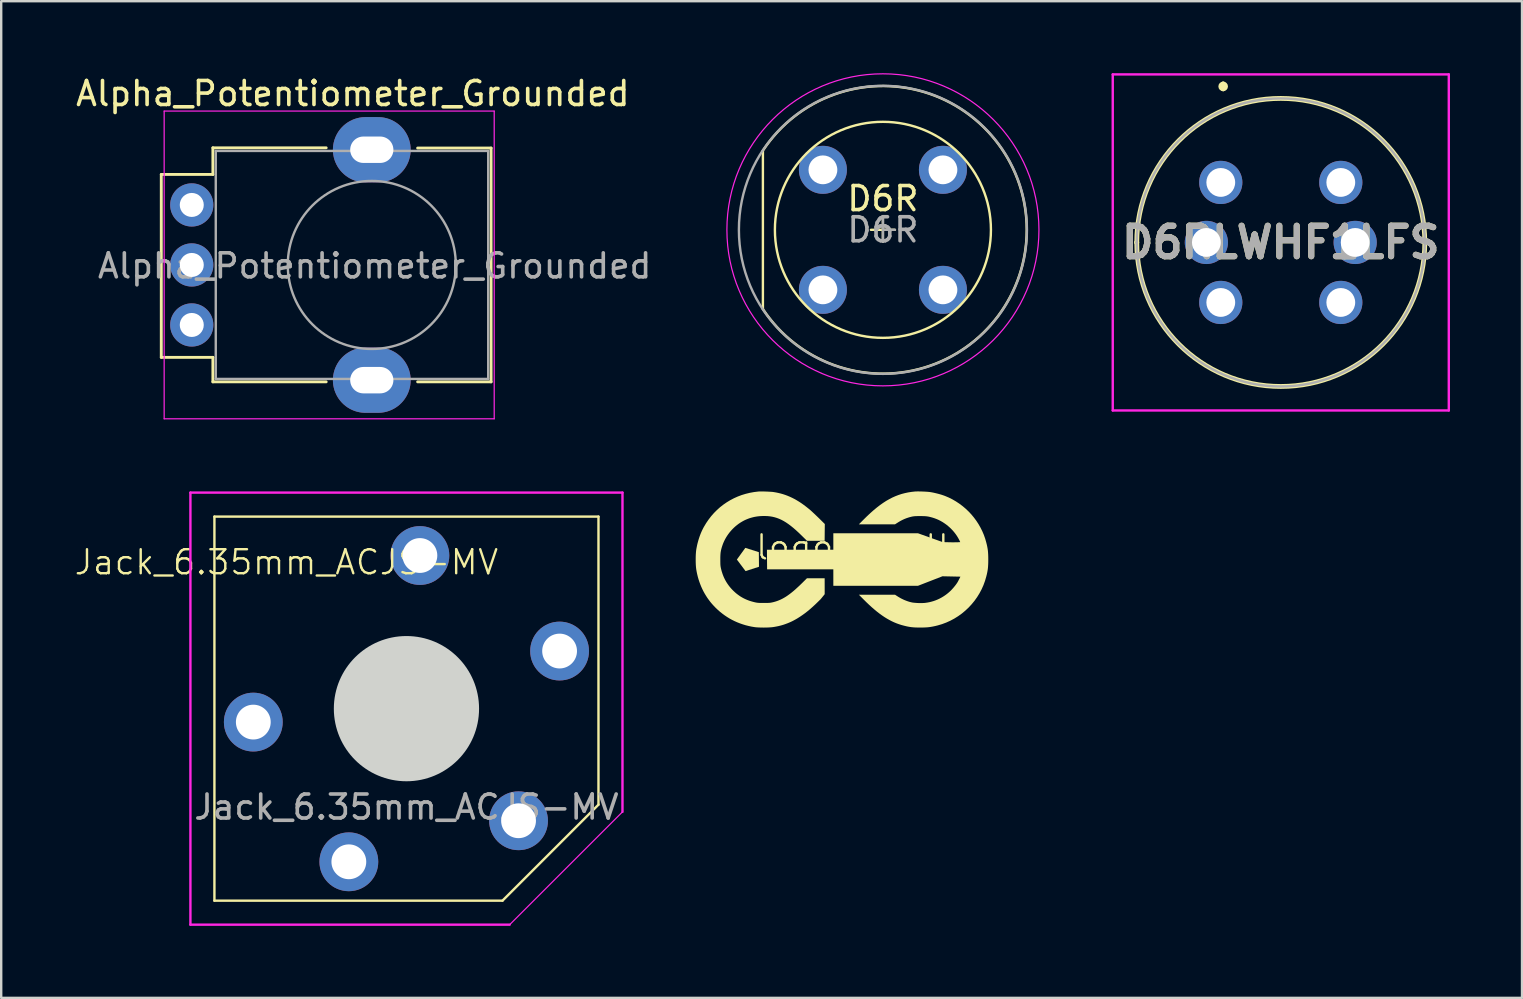
<source format=kicad_pcb>
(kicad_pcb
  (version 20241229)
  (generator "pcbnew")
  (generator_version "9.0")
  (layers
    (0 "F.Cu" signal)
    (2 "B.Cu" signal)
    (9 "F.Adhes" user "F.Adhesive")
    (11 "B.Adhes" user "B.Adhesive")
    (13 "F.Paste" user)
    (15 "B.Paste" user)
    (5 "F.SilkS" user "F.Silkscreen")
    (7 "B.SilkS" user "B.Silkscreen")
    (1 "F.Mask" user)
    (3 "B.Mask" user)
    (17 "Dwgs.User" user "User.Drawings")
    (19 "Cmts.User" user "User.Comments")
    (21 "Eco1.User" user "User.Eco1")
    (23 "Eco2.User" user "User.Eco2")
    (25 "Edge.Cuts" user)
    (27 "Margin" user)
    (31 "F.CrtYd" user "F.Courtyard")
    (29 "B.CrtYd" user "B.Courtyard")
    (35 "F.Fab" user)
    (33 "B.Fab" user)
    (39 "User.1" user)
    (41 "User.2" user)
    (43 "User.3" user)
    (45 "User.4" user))
  (footprint "D6R"
    (layer "F.Cu")
    (at 31.233 4.025)
    (property "Reference" "D6R" (at 2.5 1.2 0) (layer "F.SilkS") (effects (font (size 1 1) (thickness 0.15))))
    (attr through_hole)
    (fp_line (start -2.5 -0.8) (end -2.5 5.8) (stroke (width 0.1) (type default)) (layer "F.SilkS"))
    (fp_line (start 2.5 2) (end 2.5 2.5) (stroke (width 0.1) (type default)) (layer "F.SilkS"))
    (fp_line (start 2.5 2.5) (end 2 2.5) (stroke (width 0.1) (type default)) (layer "F.SilkS"))
    (fp_line (start 2.5 2.5) (end 2.5 3) (stroke (width 0.1) (type default)) (layer "F.SilkS"))
    (fp_line (start 2.5 2.5) (end 3 2.5) (stroke (width 0.1) (type default)) (layer "F.SilkS"))
    (fp_arc (start -2.5 -0.799999) (mid 8.490826 2.5) (end -2.5 5.8) (stroke (width 0.1) (type default)) (layer "F.SilkS"))
    (fp_circle (center 2.5 2.5) (end 7 2.5) (stroke (width 0.1) (type solid)) (fill no) (layer "F.SilkS"))
    (fp_circle (center 2.5 2.5) (end 9 2.5) (stroke (width 0.05) (type default)) (fill no) (layer "F.CrtYd"))
    (fp_line (start 2.5 2.5) (end 2.5 2) (stroke (width 0.1) (type default)) (layer "F.Fab"))
    (fp_line (start 2.5 3) (end 2.5 2.5) (stroke (width 0.1) (type default)) (layer "F.Fab"))
    (fp_line (start 3 2.5) (end 2.5 2.5) (stroke (width 0.1) (type default)) (layer "F.Fab"))
    (fp_circle (center 2.5 2.5) (end 8.5 2.5) (stroke (width 0.1) (type default)) (fill no) (layer "F.Fab"))
    (fp_text user "${REFERENCE}" (at 2.5 2.5 0) (layer "F.Fab") (effects (font (size 1 1) (thickness 0.15))))
    (pad "1" thru_hole circle (at 0 0 90) (size 2 2) (drill 1.2) (layers "*.Cu" "*.Mask"))
    (pad "1" thru_hole circle (at 5 0 90) (size 2 2) (drill 1.2) (layers "*.Cu" "*.Mask"))
    (pad "2" thru_hole circle (at 0 5 90) (size 2 2) (drill 1.2) (layers "*.Cu" "*.Mask"))
    (pad "2" thru_hole circle (at 5 5 90) (size 2 2) (drill 1.2) (layers "*.Cu" "*.Mask")))
  (footprint "Alpha_Potentiometer_Grounded"
    (layer "F.Cu")
    (at 4.939 5.488)
    (property "Reference" "Alpha_Potentiometer_Grounded" (at 6.71 -4.64 180) (layer "F.SilkS") (effects (font (size 1 1) (thickness 0.15))))
    (attr through_hole)
    (fp_line (start -1.27 -1.27) (end -1.27 6.35) (stroke (width 0.12) (type solid)) (layer "F.SilkS"))
    (fp_line (start 0.88 -2.38) (end 0.88 -1.27) (stroke (width 0.12) (type solid)) (layer "F.SilkS"))
    (fp_line (start 0.88 -2.38) (end 5.6 -2.38) (stroke (width 0.12) (type solid)) (layer "F.SilkS"))
    (fp_line (start 0.88 -1.27) (end -1.27 -1.27) (stroke (width 0.12) (type solid)) (layer "F.SilkS"))
    (fp_line (start 0.88 6.35) (end -1.27 6.35) (stroke (width 0.12) (type solid)) (layer "F.SilkS"))
    (fp_line (start 0.88 7.37) (end 0.88 6.35) (stroke (width 0.12) (type solid)) (layer "F.SilkS"))
    (fp_line (start 0.88 7.37) (end 5.6 7.37) (stroke (width 0.12) (type solid)) (layer "F.SilkS"))
    (fp_line (start 9.41 -2.37) (end 12.47 -2.37) (stroke (width 0.12) (type solid)) (layer "F.SilkS"))
    (fp_line (start 9.41 7.37) (end 12.47 7.37) (stroke (width 0.12) (type solid)) (layer "F.SilkS"))
    (fp_line (start 12.47 7.37) (end 12.47 -2.37) (stroke (width 0.12) (type solid)) (layer "F.SilkS"))
    (fp_line (start -1.15 -3.91) (end -1.15 8.91) (stroke (width 0.05) (type solid)) (layer "F.CrtYd"))
    (fp_line (start -1.15 8.91) (end 12.6 8.91) (stroke (width 0.05) (type solid)) (layer "F.CrtYd"))
    (fp_line (start 12.6 -3.91) (end -1.15 -3.91) (stroke (width 0.05) (type solid)) (layer "F.CrtYd"))
    (fp_line (start 12.6 8.91) (end 12.6 -3.91) (stroke (width 0.05) (type solid)) (layer "F.CrtYd"))
    (fp_line (start 1 -2.25) (end 12.35 -2.25) (stroke (width 0.1) (type solid)) (layer "F.Fab"))
    (fp_line (start 1 7.25) (end 1 -2.25) (stroke (width 0.1) (type solid)) (layer "F.Fab"))
    (fp_line (start 1 7.25) (end 12.35 7.25) (stroke (width 0.1) (type solid)) (layer "F.Fab"))
    (fp_line (start 12.35 7.25) (end 12.35 -2.25) (stroke (width 0.1) (type solid)) (layer "F.Fab"))
    (fp_circle (center 7.5 2.5) (end 7.5 -1) (stroke (width 0.1) (type solid)) (fill no) (layer "F.Fab"))
    (fp_text user "${REFERENCE}" (at 7.62 2.54 0) (layer "F.Fab") (effects (font (size 1 1) (thickness 0.15))))
    (pad "1" thru_hole circle (at 0 0 90) (size 1.8 1.8) (drill 1) (layers "*.Cu" "*.Mask"))
    (pad "2" thru_hole circle (at 0 2.5 90) (size 1.8 1.8) (drill 1) (layers "*.Cu" "*.Mask"))
    (pad "3" thru_hole circle (at 0 5 90) (size 1.8 1.8) (drill 1) (layers "*.Cu" "*.Mask"))
    (pad "MP" thru_hole oval (at 7.5 -2.3 90) (size 2.72 3.24) (drill oval 1.1 1.8) (layers "*.Cu" "*.Mask"))
    (pad "MP" thru_hole oval (at 7.5 7.3 90) (size 2.72 3.24) (drill oval 1.1 1.8) (layers "*.Cu" "*.Mask")))
  (footprint "D6RLWHF1LFS"
    (layer "F.Cu")
    (at 47.808 4.55)
    (property "Reference" "D6RLWHF1LFS" (at 2.5 2.5 0) (layer "F.SilkS") (effects (font (size 1.27 1.27) (thickness 0.254))))
    (attr through_hole)
    (fp_line (start -3.5 2.5) (end -3.5 2.5) (stroke (width 0.2) (type solid)) (layer "F.SilkS"))
    (fp_line (start 0.1 -4.1) (end 0.1 -4.1) (stroke (width 0.2) (type solid)) (layer "F.SilkS"))
    (fp_line (start 0.1 -3.9) (end 0.1 -3.9) (stroke (width 0.2) (type solid)) (layer "F.SilkS"))
    (fp_line (start 8.5 2.5) (end 8.5 2.5) (stroke (width 0.2) (type solid)) (layer "F.SilkS"))
    (fp_arc (start -3.5 2.5) (mid 2.5 -3.5) (end 8.5 2.5) (stroke (width 0.2) (type solid)) (layer "F.SilkS"))
    (fp_arc (start 0.1 -4.1) (mid 0.2 -4) (end 0.1 -3.9) (stroke (width 0.2) (type solid)) (layer "F.SilkS"))
    (fp_arc (start 0.1 -3.9) (mid 0 -4) (end 0.1 -4.1) (stroke (width 0.2) (type solid)) (layer "F.SilkS"))
    (fp_arc (start 8.5 2.5) (mid 2.5 8.5) (end -3.5 2.5) (stroke (width 0.2) (type solid)) (layer "F.SilkS"))
    (fp_line (start -4.5 -4.5) (end 9.5 -4.5) (stroke (width 0.1) (type solid)) (layer "F.CrtYd"))
    (fp_line (start -4.5 9.5) (end -4.5 -4.5) (stroke (width 0.1) (type solid)) (layer "F.CrtYd"))
    (fp_line (start 9.5 -4.5) (end 9.5 9.5) (stroke (width 0.1) (type solid)) (layer "F.CrtYd"))
    (fp_line (start 9.5 9.5) (end -4.5 9.5) (stroke (width 0.1) (type solid)) (layer "F.CrtYd"))
    (fp_line (start -3.5 2.5) (end -3.5 2.5) (stroke (width 0.1) (type solid)) (layer "F.Fab"))
    (fp_line (start 8.5 2.5) (end 8.5 2.5) (stroke (width 0.1) (type solid)) (layer "F.Fab"))
    (fp_arc (start -3.5 2.5) (mid 2.5 -3.5) (end 8.5 2.5) (stroke (width 0.1) (type solid)) (layer "F.Fab"))
    (fp_arc (start 8.5 2.5) (mid 2.5 8.5) (end -3.5 2.5) (stroke (width 0.1) (type solid)) (layer "F.Fab"))
    (fp_text user "${REFERENCE}" (at 2.5 2.5 0) (layer "F.Fab") (effects (font (size 1.27 1.27) (thickness 0.254))))
    (pad "1" thru_hole circle (at 0 0) (size 1.8 1.8) (drill 1.2) (layers "*.Cu" "*.Mask"))
    (pad "2" thru_hole circle (at 5 0) (size 1.8 1.8) (drill 1.2) (layers "*.Cu" "*.Mask"))
    (pad "3" thru_hole circle (at 0 5) (size 1.8 1.8) (drill 1.2) (layers "*.Cu" "*.Mask"))
    (pad "4" thru_hole circle (at 5 5) (size 1.8 1.8) (drill 1.2) (layers "*.Cu" "*.Mask"))
    (pad "L1" thru_hole circle (at -0.6 2.5) (size 1.8 1.8) (drill 1.2) (layers "*.Cu" "*.Mask"))
    (pad "L2" thru_hole circle (at 5.6 2.5) (size 1.8 1.8) (drill 1.2) (layers "*.Cu" "*.Mask")))
  (footprint "logo_small"
    (layer "F.Cu")
    (at 32.487 20.254)
    (property "Reference" "logo_small" (at 0 -0.5 0) (unlocked yes) (layer "F.SilkS") (effects (font (size 1 1) (thickness 0.1))))
    (fp_poly (pts (xy -3.923 -0.301) (xy -3.917 0.308) (xy -4.477 0.488) (xy -4.838 0.007) (xy -4.486 -0.48)) (stroke (width 0) (type solid)) (fill yes) (layer "F.SilkS"))
    (fp_poly (pts (xy 2.794 -2.83) (xy 2.888 -2.827) (xy 2.982 -2.823) (xy 3.071 -2.818) (xy 3.148 -2.812) (xy 3.208 -2.805) (xy 3.281 -2.793) (xy 3.361 -2.777) (xy 3.444 -2.758) (xy 3.529 -2.737) (xy 3.612 -2.715) (xy 3.693 -2.691) (xy 3.767 -2.666) (xy 3.833 -2.642) (xy 3.989 -2.576) (xy 4.141 -2.5) (xy 4.287 -2.415) (xy 4.428 -2.322) (xy 4.563 -2.221) (xy 4.691 -2.113) (xy 4.813 -1.997) (xy 4.928 -1.875) (xy 5.035 -1.746) (xy 5.135 -1.611) (xy 5.227 -1.471) (xy 5.31 -1.325) (xy 5.385 -1.175) (xy 5.451 -1.02) (xy 5.507 -0.861) (xy 5.553 -0.698) (xy 5.576 -0.606) (xy 5.594 -0.521) (xy 5.608 -0.442) (xy 5.619 -0.363) (xy 5.626 -0.283) (xy 5.631 -0.197) (xy 5.634 -0.102) (xy 5.635 0.006) (xy 5.634 0.114) (xy 5.631 0.209) (xy 5.626 0.295) (xy 5.623 0.336) (xy 5.619 0.376) (xy 5.614 0.415) (xy 5.608 0.454) (xy 5.594 0.534) (xy 5.576 0.618) (xy 5.553 0.711) (xy 5.5 0.894) (xy 5.435 1.073) (xy 5.358 1.246) (xy 5.269 1.413) (xy 5.17 1.573) (xy 5.061 1.726) (xy 4.942 1.871) (xy 4.814 2.009) (xy 4.677 2.137) (xy 4.533 2.257) (xy 4.38 2.367) (xy 4.221 2.466) (xy 4.055 2.555) (xy 3.882 2.633) (xy 3.705 2.699) (xy 3.522 2.753) (xy 3.423 2.777) (xy 3.334 2.796) (xy 3.25 2.811) (xy 3.17 2.823) (xy 3.088 2.831) (xy 3.002 2.836) (xy 2.907 2.839) (xy 2.8 2.84) (xy 2.698 2.839) (xy 2.607 2.837) (xy 2.525 2.832) (xy 2.448 2.825) (xy 2.41 2.82) (xy 2.373 2.815) (xy 2.297 2.802) (xy 2.217 2.785) (xy 2.131 2.764) (xy 2.025 2.736) (xy 1.921 2.703) (xy 1.818 2.666) (xy 1.716 2.624) (xy 1.615 2.577) (xy 1.514 2.524) (xy 1.413 2.467) (xy 1.311 2.404) (xy 1.209 2.335) (xy 1.105 2.26) (xy 1 2.179) (xy 0.894 2.091) (xy 0.785 1.997) (xy 0.674 1.896) (xy 0.56 1.788) (xy 0.443 1.672) (xy 0.245 1.473) (xy 1.751 1.473) (xy 1.848 1.536) (xy 1.884 1.559) (xy 1.921 1.581) (xy 1.958 1.602) (xy 1.995 1.623) (xy 2.032 1.642) (xy 2.07 1.66) (xy 2.107 1.678) (xy 2.145 1.695) (xy 2.183 1.71) (xy 2.221 1.725) (xy 2.259 1.739) (xy 2.297 1.752) (xy 2.336 1.764) (xy 2.374 1.775) (xy 2.412 1.784) (xy 2.451 1.793) (xy 2.475 1.798) (xy 2.503 1.802) (xy 2.568 1.809) (xy 2.643 1.815) (xy 2.722 1.819) (xy 2.803 1.82) (xy 2.88 1.82) (xy 2.951 1.817) (xy 2.982 1.815) (xy 3.01 1.812) (xy 3.099 1.799) (xy 3.188 1.782) (xy 3.275 1.76) (xy 3.361 1.735) (xy 3.445 1.705) (xy 3.528 1.671) (xy 3.608 1.633) (xy 3.687 1.591) (xy 3.764 1.545) (xy 3.838 1.496) (xy 3.91 1.443) (xy 3.98 1.386) (xy 4.047 1.326) (xy 4.111 1.262) (xy 4.172 1.194) (xy 4.231 1.124) (xy 4.265 1.081) (xy 4.293 1.044) (xy 4.317 1.01) (xy 4.328 0.993) (xy 4.339 0.977) (xy 4.349 0.961) (xy 4.359 0.945) (xy 4.378 0.91) (xy 4.399 0.87) (xy 4.422 0.825) (xy 4.475 0.72) (xy 3.726 0.704) (xy 2.706 1.101) (xy -0.82 1.101) (xy -0.82 0.414) (xy -3.579 0.414) (xy -3.586 -0.401) (xy -0.82 -0.401) (xy -0.82 -1.088) (xy 2.706 -1.088) (xy 3.737 -0.719) (xy 4.113 -0.711) (xy 4.197 -0.711) (xy 4.283 -0.712) (xy 4.371 -0.714) (xy 4.465 -0.719) (xy 4.465 -0.721) (xy 4.464 -0.723) (xy 4.462 -0.73) (xy 4.458 -0.739) (xy 4.453 -0.751) (xy 4.446 -0.765) (xy 4.439 -0.78) (xy 4.431 -0.796) (xy 4.423 -0.813) (xy 4.379 -0.894) (xy 4.331 -0.973) (xy 4.279 -1.049) (xy 4.222 -1.123) (xy 4.162 -1.194) (xy 4.098 -1.262) (xy 4.03 -1.328) (xy 3.96 -1.389) (xy 3.887 -1.448) (xy 3.811 -1.502) (xy 3.733 -1.553) (xy 3.653 -1.599) (xy 3.572 -1.641) (xy 3.488 -1.678) (xy 3.404 -1.71) (xy 3.318 -1.738) (xy 3.25 -1.757) (xy 3.19 -1.772) (xy 3.161 -1.778) (xy 3.134 -1.784) (xy 3.106 -1.788) (xy 3.079 -1.792) (xy 3.051 -1.795) (xy 3.021 -1.798) (xy 2.958 -1.802) (xy 2.886 -1.803) (xy 2.8 -1.804) (xy 2.735 -1.804) (xy 2.68 -1.803) (xy 2.632 -1.802) (xy 2.59 -1.8) (xy 2.554 -1.797) (xy 2.537 -1.795) (xy 2.522 -1.793) (xy 2.506 -1.791) (xy 2.491 -1.789) (xy 2.463 -1.783) (xy 2.422 -1.774) (xy 2.382 -1.764) (xy 2.342 -1.753) (xy 2.303 -1.741) (xy 2.264 -1.728) (xy 2.225 -1.715) (xy 2.187 -1.7) (xy 2.149 -1.685) (xy 2.111 -1.668) (xy 2.074 -1.651) (xy 2.036 -1.632) (xy 1.999 -1.613) (xy 1.962 -1.593) (xy 1.926 -1.571) (xy 1.889 -1.549) (xy 1.853 -1.526) (xy 1.751 -1.461) (xy 0.245 -1.461) (xy 0.443 -1.66) (xy 0.586 -1.801) (xy 0.725 -1.931) (xy 0.861 -2.051) (xy 0.994 -2.161) (xy 1.125 -2.262) (xy 1.254 -2.353) (xy 1.382 -2.436) (xy 1.51 -2.509) (xy 1.637 -2.575) (xy 1.765 -2.632) (xy 1.894 -2.682) (xy 2.025 -2.725) (xy 2.159 -2.76) (xy 2.295 -2.789) (xy 2.435 -2.811) (xy 2.579 -2.827) (xy 2.633 -2.83) (xy 2.707 -2.831)) (stroke (width 0) (type solid)) (fill yes) (layer "F.SilkS"))
    (fp_poly (pts (xy -3.725 -2.829) (xy -3.63 -2.826) (xy -3.534 -2.822) (xy -3.444 -2.817) (xy -3.368 -2.812) (xy -3.312 -2.805) (xy -3.209 -2.788) (xy -3.109 -2.767) (xy -3.01 -2.743) (xy -2.912 -2.715) (xy -2.816 -2.683) (xy -2.721 -2.647) (xy -2.626 -2.607) (xy -2.532 -2.563) (xy -2.438 -2.515) (xy -2.345 -2.462) (xy -2.251 -2.405) (xy -2.157 -2.344) (xy -2.063 -2.277) (xy -1.968 -2.206) (xy -1.872 -2.13) (xy -1.775 -2.05) (xy -1.746 -2.024) (xy -1.709 -1.99) (xy -1.619 -1.906) (xy -1.517 -1.809) (xy -1.414 -1.71) (xy -1.175 -1.473) (xy -1.179 -1.124) (xy -1.182 -0.774) (xy -1.918 -0.774) (xy -2.146 -0.998) (xy -2.264 -1.112) (xy -2.376 -1.215) (xy -2.484 -1.309) (xy -2.588 -1.393) (xy -2.689 -1.469) (xy -2.787 -1.536) (xy -2.884 -1.595) (xy -2.979 -1.646) (xy -3.074 -1.689) (xy -3.169 -1.725) (xy -3.265 -1.754) (xy -3.362 -1.777) (xy -3.461 -1.793) (xy -3.563 -1.803) (xy -3.668 -1.807) (xy -3.777 -1.806) (xy -3.841 -1.803) (xy -3.904 -1.799) (xy -3.966 -1.792) (xy -4.028 -1.783) (xy -4.088 -1.773) (xy -4.147 -1.76) (xy -4.206 -1.745) (xy -4.264 -1.729) (xy -4.321 -1.711) (xy -4.377 -1.69) (xy -4.432 -1.668) (xy -4.487 -1.644) (xy -4.541 -1.618) (xy -4.594 -1.589) (xy -4.646 -1.559) (xy -4.698 -1.527) (xy -4.762 -1.484) (xy -4.824 -1.437) (xy -4.884 -1.389) (xy -4.942 -1.338) (xy -4.998 -1.284) (xy -5.052 -1.228) (xy -5.103 -1.17) (xy -5.152 -1.111) (xy -5.198 -1.049) (xy -5.242 -0.986) (xy -5.283 -0.921) (xy -5.321 -0.855) (xy -5.356 -0.787) (xy -5.388 -0.718) (xy -5.417 -0.649) (xy -5.442 -0.578) (xy -5.467 -0.502) (xy -5.486 -0.434) (xy -5.494 -0.402) (xy -5.501 -0.37) (xy -5.507 -0.339) (xy -5.512 -0.308) (xy -5.517 -0.276) (xy -5.52 -0.242) (xy -5.523 -0.207) (xy -5.525 -0.17) (xy -5.528 -0.089) (xy -5.528 0.006) (xy -5.528 0.08) (xy -5.527 0.14) (xy -5.526 0.19) (xy -5.525 0.212) (xy -5.524 0.233) (xy -5.522 0.251) (xy -5.521 0.269) (xy -5.518 0.286) (xy -5.516 0.303) (xy -5.513 0.319) (xy -5.51 0.336) (xy -5.503 0.371) (xy -5.486 0.439) (xy -5.468 0.506) (xy -5.447 0.572) (xy -5.425 0.636) (xy -5.401 0.698) (xy -5.374 0.76) (xy -5.346 0.819) (xy -5.315 0.878) (xy -5.282 0.935) (xy -5.247 0.991) (xy -5.21 1.045) (xy -5.171 1.099) (xy -5.13 1.151) (xy -5.087 1.202) (xy -5.041 1.252) (xy -4.993 1.301) (xy -4.945 1.346) (xy -4.897 1.39) (xy -4.848 1.431) (xy -4.798 1.469) (xy -4.747 1.506) (xy -4.696 1.541) (xy -4.643 1.573) (xy -4.589 1.604) (xy -4.535 1.632) (xy -4.478 1.659) (xy -4.421 1.684) (xy -4.362 1.707) (xy -4.301 1.729) (xy -4.239 1.748) (xy -4.175 1.766) (xy -4.109 1.783) (xy -4.065 1.793) (xy -4.026 1.801) (xy -3.99 1.806) (xy -3.953 1.81) (xy -3.912 1.813) (xy -3.862 1.815) (xy -3.801 1.815) (xy -3.725 1.815) (xy -3.658 1.816) (xy -3.6 1.815) (xy -3.551 1.814) (xy -3.51 1.812) (xy -3.491 1.811) (xy -3.473 1.809) (xy -3.457 1.808) (xy -3.441 1.806) (xy -3.426 1.804) (xy -3.411 1.801) (xy -3.382 1.796) (xy -3.305 1.778) (xy -3.23 1.757) (xy -3.157 1.733) (xy -3.085 1.705) (xy -3.013 1.674) (xy -2.941 1.638) (xy -2.87 1.599) (xy -2.797 1.555) (xy -2.724 1.506) (xy -2.649 1.452) (xy -2.572 1.393) (xy -2.493 1.329) (xy -2.411 1.259) (xy -2.327 1.182) (xy -2.238 1.1) (xy -2.146 1.011) (xy -1.918 0.786) (xy -1.181 0.786) (xy -1.18 1.451) (xy -1.345 1.655) (xy -1.47 1.778) (xy -1.585 1.889) (xy -1.693 1.988) (xy -1.795 2.078) (xy -1.894 2.16) (xy -1.992 2.237) (xy -2.092 2.309) (xy -2.195 2.38) (xy -2.262 2.423) (xy -2.329 2.465) (xy -2.396 2.503) (xy -2.463 2.54) (xy -2.53 2.575) (xy -2.598 2.607) (xy -2.667 2.637) (xy -2.736 2.665) (xy -2.806 2.691) (xy -2.876 2.716) (xy -2.947 2.738) (xy -3.019 2.758) (xy -3.092 2.776) (xy -3.166 2.792) (xy -3.241 2.806) (xy -3.318 2.819) (xy -3.4 2.829) (xy -3.497 2.835) (xy -3.605 2.84) (xy -3.718 2.841) (xy -3.831 2.84) (xy -3.938 2.836) (xy -4.035 2.83) (xy -4.077 2.825) (xy -4.115 2.82) (xy -4.239 2.799) (xy -4.36 2.772) (xy -4.479 2.742) (xy -4.596 2.706) (xy -4.711 2.666) (xy -4.823 2.622) (xy -4.933 2.573) (xy -5.04 2.52) (xy -5.145 2.462) (xy -5.247 2.399) (xy -5.346 2.333) (xy -5.443 2.261) (xy -5.538 2.186) (xy -5.629 2.106) (xy -5.718 2.022) (xy -5.804 1.933) (xy -5.876 1.853) (xy -5.944 1.772) (xy -6.008 1.687) (xy -6.07 1.601) (xy -6.127 1.512) (xy -6.182 1.421) (xy -6.233 1.329) (xy -6.28 1.233) (xy -6.324 1.136) (xy -6.364 1.037) (xy -6.401 0.936) (xy -6.435 0.833) (xy -6.465 0.728) (xy -6.491 0.621) (xy -6.514 0.513) (xy -6.533 0.402) (xy -6.542 0.322) (xy -6.549 0.226) (xy -6.553 0.119) (xy -6.554 0.006) (xy -6.553 -0.106) (xy -6.549 -0.213) (xy -6.542 -0.309) (xy -6.533 -0.39) (xy -6.522 -0.456) (xy -6.509 -0.522) (xy -6.496 -0.587) (xy -6.481 -0.652) (xy -6.464 -0.716) (xy -6.447 -0.779) (xy -6.428 -0.842) (xy -6.408 -0.904) (xy -6.387 -0.965) (xy -6.365 -1.025) (xy -6.342 -1.084) (xy -6.317 -1.142) (xy -6.292 -1.198) (xy -6.265 -1.253) (xy -6.238 -1.307) (xy -6.209 -1.359) (xy -6.116 -1.515) (xy -6.014 -1.663) (xy -5.906 -1.803) (xy -5.79 -1.935) (xy -5.667 -2.058) (xy -5.538 -2.174) (xy -5.402 -2.28) (xy -5.26 -2.378) (xy -5.113 -2.467) (xy -4.96 -2.547) (xy -4.802 -2.618) (xy -4.638 -2.68) (xy -4.47 -2.731) (xy -4.298 -2.773) (xy -4.121 -2.805) (xy -3.94 -2.827) (xy -3.887 -2.83) (xy -3.813 -2.83)) (stroke (width 0) (type solid)) (fill yes) (layer "F.SilkS")))
  (footprint "Jack_6.35mm_ACJS-MV"
    (layer "F.Cu")
    (at 13.883 26.473)
    (property "Reference" "Jack_6.35mm_ACJS-MV" (at -5 -6.1 0) (unlocked yes) (layer "F.SilkS") (effects (font (size 1 1) (thickness 0.1))))
    (attr through_hole)
    (fp_line (start -8 -8) (end -8 8) (stroke (width 0.1) (type default)) (layer "F.SilkS"))
    (fp_line (start -8 8) (end 4 8) (stroke (width 0.1) (type default)) (layer "F.SilkS"))
    (fp_line (start -0.3 0) (end 0.3 0) (stroke (width 0.1) (type default)) (layer "F.SilkS"))
    (fp_line (start 0 -0.3) (end 0 0.3) (stroke (width 0.1) (type default)) (layer "F.SilkS"))
    (fp_line (start 8 -8) (end -8 -8) (stroke (width 0.1) (type default)) (layer "F.SilkS"))
    (fp_line (start 8 4) (end 4 8) (stroke (width 0.1) (type default)) (layer "F.SilkS"))
    (fp_line (start 8 4) (end 8 -8) (stroke (width 0.1) (type default)) (layer "F.SilkS"))
    (fp_circle (center 0 0) (end 3 0) (stroke (width 0.05) (type solid)) (fill yes) (layer "Edge.Cuts"))
    (fp_line (start -9 -9) (end -9 9) (stroke (width 0.1) (type default)) (layer "F.CrtYd"))
    (fp_line (start -9 9) (end 4.3 9) (stroke (width 0.1) (type default)) (layer "F.CrtYd"))
    (fp_line (start 9 -9) (end -9 -9) (stroke (width 0.1) (type default)) (layer "F.CrtYd"))
    (fp_line (start 9 4.3) (end 4.3 9) (stroke (width 0.05) (type default)) (layer "F.CrtYd"))
    (fp_line (start 9 4.3) (end 9 -9) (stroke (width 0.1) (type default)) (layer "F.CrtYd"))
    (fp_text user "${REFERENCE}" (at 0 4.1 0) (unlocked yes) (layer "F.Fab") (effects (font (size 1 1) (thickness 0.15))))
    (pad "1" thru_hole circle (at 4.67 4.67) (size 2.45 2.45) (drill 1.45) (layers "*.Cu" "*.Mask"))
    (pad "2" thru_hole circle (at -2.4 6.38) (size 2.45 2.45) (drill 1.45) (layers "*.Cu" "*.Mask"))
    (pad "3" thru_hole circle (at -6.38 0.56) (size 2.45 2.45) (drill 1.45) (layers "*.Cu" "*.Mask"))
    (pad "4" thru_hole circle (at 0.56 -6.38) (size 2.45 2.45) (drill 1.45) (layers "*.Cu" "*.Mask"))
    (pad "5" thru_hole circle (at 6.38 -2.4) (size 2.45 2.45) (drill 1.45) (layers "*.Cu" "*.Mask")))
  (gr_rect
    (start -3 -3)
    (end 60.358 38.523)
    (stroke (width 0.1) (type default))
    (fill no)
    (layer "Edge.Cuts")))
</source>
